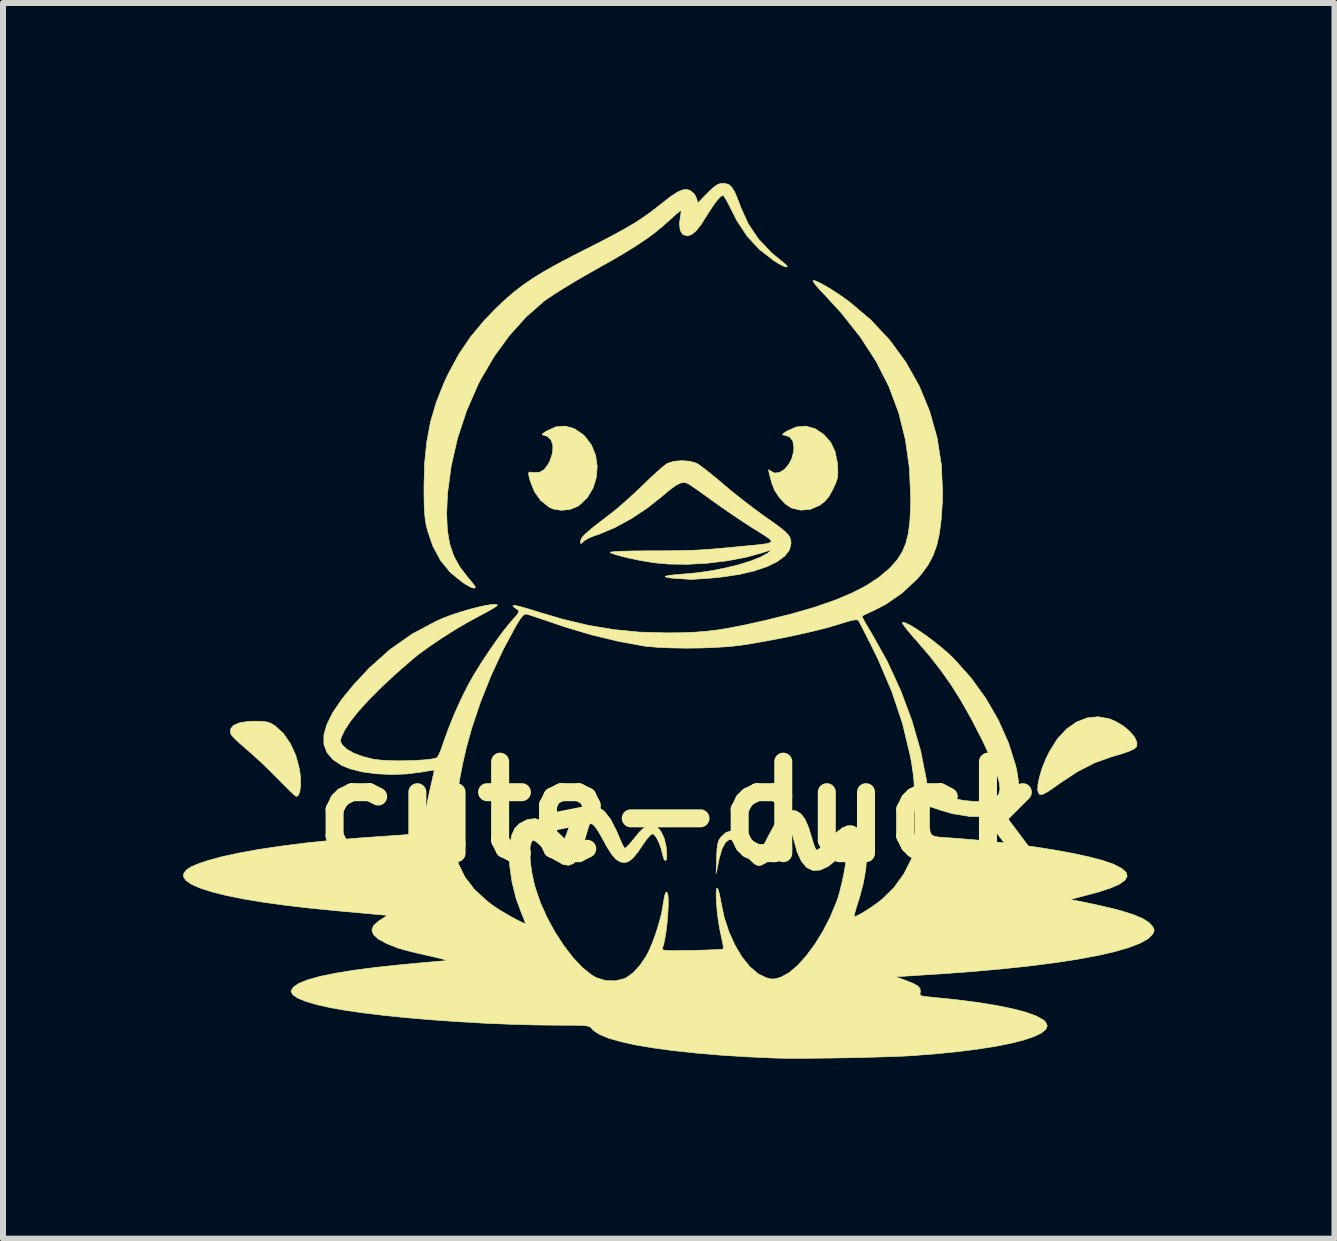
<source format=kicad_pcb>
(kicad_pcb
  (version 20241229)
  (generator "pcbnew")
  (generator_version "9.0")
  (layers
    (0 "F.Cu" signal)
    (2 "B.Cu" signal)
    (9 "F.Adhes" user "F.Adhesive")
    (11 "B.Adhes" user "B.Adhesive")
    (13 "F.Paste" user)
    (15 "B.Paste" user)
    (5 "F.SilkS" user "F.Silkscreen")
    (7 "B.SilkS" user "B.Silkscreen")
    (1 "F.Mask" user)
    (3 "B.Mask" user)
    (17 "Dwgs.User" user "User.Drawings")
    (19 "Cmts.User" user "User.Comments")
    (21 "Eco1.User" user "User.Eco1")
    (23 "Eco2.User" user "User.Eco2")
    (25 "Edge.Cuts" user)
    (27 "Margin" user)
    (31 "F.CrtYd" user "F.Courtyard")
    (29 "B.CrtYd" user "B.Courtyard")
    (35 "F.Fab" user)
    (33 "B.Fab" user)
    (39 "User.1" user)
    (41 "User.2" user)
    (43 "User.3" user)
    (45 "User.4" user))
  (footprint "cute-duck"
    (layer "F.Cu")
    (at 8.258 10.475)
    (property "Reference" "cute-duck" (at 0 0 0) (layer "F.SilkS") (effects (font (size 1.524 1.524) (thickness 0.3))))
    (attr through_hole)
    (fp_poly (pts (xy 7.176 -1.549) (xy 7.276 -1.507) (xy 7.41 -1.427) (xy 7.519 -1.336) (xy 7.597 -1.241) (xy 7.635 -1.153) (xy 7.631 -1.088) (xy 7.596 -1.053) (xy 7.515 -1.013) (xy 7.384 -0.967) (xy 7.211 -0.916) (xy 6.932 -0.817) (xy 6.644 -0.669) (xy 6.363 -0.484) (xy 6.234 -0.393) (xy 6.143 -0.332) (xy 6.081 -0.298) (xy 6.04 -0.286) (xy 6.013 -0.292) (xy 6.002 -0.301) (xy 5.981 -0.358) (xy 5.985 -0.454) (xy 6.011 -0.58) (xy 6.056 -0.727) (xy 6.118 -0.882) (xy 6.176 -1.002) (xy 6.307 -1.211) (xy 6.459 -1.376) (xy 6.626 -1.494) (xy 6.805 -1.564) (xy 6.989 -1.583) (xy 7.176 -1.549)) (stroke (width 0.01) (type solid)) (fill yes) (layer "F.SilkS"))
    (fp_poly (pts (xy -6.935 -1.506) (xy -6.854 -1.495) (xy -6.79 -1.471) (xy -6.722 -1.429) (xy -6.721 -1.428) (xy -6.585 -1.303) (xy -6.469 -1.134) (xy -6.378 -0.935) (xy -6.32 -0.715) (xy -6.301 -0.577) (xy -6.299 -0.443) (xy -6.312 -0.339) (xy -6.339 -0.273) (xy -6.372 -0.255) (xy -6.398 -0.274) (xy -6.455 -0.327) (xy -6.536 -0.406) (xy -6.634 -0.505) (xy -6.675 -0.546) (xy -6.804 -0.676) (xy -6.946 -0.813) (xy -7.086 -0.941) (xy -7.203 -1.044) (xy -7.303 -1.131) (xy -7.387 -1.209) (xy -7.444 -1.269) (xy -7.465 -1.299) (xy -7.467 -1.379) (xy -7.416 -1.44) (xy -7.315 -1.483) (xy -7.167 -1.506) (xy -7.052 -1.509) (xy -6.935 -1.506)) (stroke (width 0.01) (type solid)) (fill yes) (layer "F.SilkS"))
    (fp_poly (pts (xy -1.741 -6.384) (xy -1.596 -6.286) (xy -1.562 -6.254) (xy -1.452 -6.107) (xy -1.384 -5.937) (xy -1.358 -5.754) (xy -1.373 -5.57) (xy -1.427 -5.394) (xy -1.52 -5.238) (xy -1.65 -5.113) (xy -1.688 -5.087) (xy -1.812 -5.038) (xy -1.952 -5.023) (xy -2.086 -5.043) (xy -2.159 -5.075) (xy -2.3 -5.188) (xy -2.404 -5.334) (xy -2.477 -5.521) (xy -2.495 -5.593) (xy -2.503 -5.643) (xy -2.485 -5.66) (xy -2.427 -5.655) (xy -2.412 -5.653) (xy -2.318 -5.656) (xy -2.24 -5.702) (xy -2.171 -5.797) (xy -2.142 -5.856) (xy -2.1 -5.985) (xy -2.096 -6.101) (xy -2.126 -6.195) (xy -2.188 -6.255) (xy -2.237 -6.271) (xy -2.272 -6.28) (xy -2.269 -6.297) (xy -2.224 -6.329) (xy -2.201 -6.344) (xy -2.047 -6.413) (xy -1.892 -6.426) (xy -1.741 -6.384)) (stroke (width 0.01) (type solid)) (fill yes) (layer "F.SilkS"))
    (fp_poly (pts (xy 2.271 -6.383) (xy 2.415 -6.288) (xy 2.53 -6.159) (xy 2.604 -6.005) (xy 2.643 -5.815) (xy 2.647 -5.764) (xy 2.652 -5.65) (xy 2.645 -5.566) (xy 2.621 -5.487) (xy 2.575 -5.386) (xy 2.569 -5.374) (xy 2.504 -5.256) (xy 2.437 -5.174) (xy 2.353 -5.109) (xy 2.348 -5.106) (xy 2.195 -5.04) (xy 2.034 -5.025) (xy 1.878 -5.062) (xy 1.875 -5.063) (xy 1.776 -5.13) (xy 1.679 -5.232) (xy 1.599 -5.354) (xy 1.553 -5.469) (xy 1.522 -5.586) (xy 1.504 -5.658) (xy 1.498 -5.693) (xy 1.503 -5.7) (xy 1.517 -5.689) (xy 1.526 -5.68) (xy 1.599 -5.643) (xy 1.679 -5.653) (xy 1.758 -5.701) (xy 1.829 -5.781) (xy 1.884 -5.884) (xy 1.915 -6.003) (xy 1.919 -6.064) (xy 1.902 -6.176) (xy 1.849 -6.245) (xy 1.778 -6.271) (xy 1.736 -6.279) (xy 1.733 -6.293) (xy 1.772 -6.322) (xy 1.806 -6.344) (xy 1.961 -6.412) (xy 2.118 -6.425) (xy 2.271 -6.383)) (stroke (width 0.01) (type solid)) (fill yes) (layer "F.SilkS"))
    (fp_poly (pts (xy 0.782 -10.466) (xy 0.838 -10.447) (xy 0.884 -10.405) (xy 0.929 -10.333) (xy 0.977 -10.223) (xy 1.034 -10.07) (xy 1.16 -9.792) (xy 1.329 -9.542) (xy 1.546 -9.313) (xy 1.722 -9.168) (xy 1.787 -9.113) (xy 1.809 -9.082) (xy 1.791 -9.076) (xy 1.741 -9.094) (xy 1.663 -9.134) (xy 1.585 -9.183) (xy 1.342 -9.372) (xy 1.14 -9.59) (xy 0.971 -9.847) (xy 0.904 -9.977) (xy 0.847 -10.093) (xy 0.796 -10.188) (xy 0.757 -10.251) (xy 0.737 -10.273) (xy 0.697 -10.249) (xy 0.636 -10.183) (xy 0.562 -10.081) (xy 0.478 -9.952) (xy 0.464 -9.928) (xy 0.369 -9.779) (xy 0.288 -9.677) (xy 0.216 -9.618) (xy 0.149 -9.596) (xy 0.139 -9.596) (xy 0.067 -9.619) (xy 0.025 -9.688) (xy 0.013 -9.795) (xy 0.024 -9.885) (xy 0.036 -9.962) (xy 0.039 -10.011) (xy 0.035 -10.019) (xy 0.01 -10.001) (xy -0.046 -9.954) (xy -0.122 -9.885) (xy -0.149 -9.861) (xy -0.275 -9.749) (xy -0.404 -9.644) (xy -0.544 -9.541) (xy -0.703 -9.435) (xy -0.888 -9.319) (xy -1.109 -9.19) (xy -1.369 -9.044) (xy -1.559 -8.936) (xy -1.746 -8.827) (xy -1.92 -8.721) (xy -2.071 -8.626) (xy -2.189 -8.547) (xy -2.248 -8.505) (xy -2.544 -8.244) (xy -2.822 -7.935) (xy -3.076 -7.585) (xy -3.301 -7.201) (xy -3.34 -7.125) (xy -3.532 -6.687) (xy -3.684 -6.228) (xy -3.791 -5.761) (xy -3.853 -5.296) (xy -3.866 -4.966) (xy -3.855 -4.696) (xy -3.817 -4.466) (xy -3.749 -4.264) (xy -3.647 -4.078) (xy -3.507 -3.896) (xy -3.5 -3.888) (xy -3.44 -3.817) (xy -3.399 -3.764) (xy -3.387 -3.742) (xy -3.407 -3.725) (xy -3.466 -3.742) (xy -3.558 -3.794) (xy -3.601 -3.822) (xy -3.805 -3.988) (xy -3.969 -4.189) (xy -4.097 -4.429) (xy -4.183 -4.681) (xy -4.206 -4.772) (xy -4.222 -4.863) (xy -4.233 -4.967) (xy -4.24 -5.095) (xy -4.243 -5.259) (xy -4.244 -5.405) (xy -4.234 -5.803) (xy -4.198 -6.162) (xy -4.135 -6.496) (xy -4.041 -6.817) (xy -3.914 -7.137) (xy -3.84 -7.297) (xy -3.665 -7.62) (xy -3.467 -7.913) (xy -3.234 -8.192) (xy -3.05 -8.382) (xy -2.9 -8.525) (xy -2.752 -8.653) (xy -2.598 -8.772) (xy -2.431 -8.887) (xy -2.242 -9.003) (xy -2.022 -9.126) (xy -1.764 -9.262) (xy -1.568 -9.362) (xy -1.306 -9.494) (xy -1.087 -9.609) (xy -0.903 -9.71) (xy -0.744 -9.803) (xy -0.604 -9.894) (xy -0.472 -9.987) (xy -0.341 -10.088) (xy -0.268 -10.146) (xy -0.129 -10.254) (xy -0.021 -10.325) (xy 0.064 -10.361) (xy 0.134 -10.368) (xy 0.192 -10.351) (xy 0.261 -10.292) (xy 0.294 -10.229) (xy 0.319 -10.143) (xy 0.478 -10.307) (xy 0.577 -10.401) (xy 0.652 -10.454) (xy 0.711 -10.47) (xy 0.712 -10.47) (xy 0.782 -10.466)) (stroke (width 0.01) (type solid)) (fill yes) (layer "F.SilkS"))
    (fp_poly (pts (xy 0.189 -5.839) (xy 0.299 -5.806) (xy 0.304 -5.803) (xy 0.357 -5.768) (xy 0.443 -5.704) (xy 0.551 -5.617) (xy 0.673 -5.517) (xy 0.742 -5.458) (xy 0.895 -5.33) (xy 1.07 -5.191) (xy 1.246 -5.056) (xy 1.404 -4.941) (xy 1.427 -4.924) (xy 1.581 -4.816) (xy 1.695 -4.732) (xy 1.774 -4.667) (xy 1.825 -4.614) (xy 1.854 -4.568) (xy 1.867 -4.521) (xy 1.871 -4.475) (xy 1.847 -4.366) (xy 1.77 -4.264) (xy 1.645 -4.17) (xy 1.474 -4.086) (xy 1.263 -4.014) (xy 1.015 -3.956) (xy 0.733 -3.913) (xy 0.553 -3.895) (xy 0.416 -3.885) (xy 0.299 -3.877) (xy 0.215 -3.872) (xy 0.174 -3.872) (xy 0.172 -3.872) (xy 0.137 -3.876) (xy 0.062 -3.882) (xy -0.035 -3.887) (xy -0.131 -3.895) (xy -0.199 -3.907) (xy -0.226 -3.92) (xy -0.226 -3.92) (xy -0.199 -3.931) (xy -0.128 -3.942) (xy -0.023 -3.953) (xy 0.092 -3.962) (xy 0.321 -3.983) (xy 0.557 -4.018) (xy 0.789 -4.064) (xy 1.008 -4.118) (xy 1.203 -4.179) (xy 1.364 -4.243) (xy 1.48 -4.307) (xy 1.496 -4.319) (xy 1.531 -4.348) (xy 1.537 -4.359) (xy 1.505 -4.353) (xy 1.429 -4.328) (xy 1.397 -4.317) (xy 1.123 -4.241) (xy 0.811 -4.182) (xy 0.482 -4.142) (xy 0.151 -4.123) (xy -0.163 -4.127) (xy -0.381 -4.146) (xy -0.522 -4.167) (xy -0.672 -4.194) (xy -0.819 -4.225) (xy -0.952 -4.257) (xy -1.058 -4.286) (xy -1.126 -4.311) (xy -1.142 -4.321) (xy -1.123 -4.329) (xy -1.053 -4.335) (xy -0.937 -4.341) (xy -0.78 -4.345) (xy -0.588 -4.347) (xy -0.478 -4.348) (xy -0.239 -4.348) (xy -0.043 -4.35) (xy 0.122 -4.353) (xy 0.269 -4.358) (xy 0.411 -4.366) (xy 0.561 -4.377) (xy 0.731 -4.392) (xy 0.935 -4.411) (xy 1.016 -4.419) (xy 1.222 -4.438) (xy 1.375 -4.454) (xy 1.478 -4.469) (xy 1.533 -4.488) (xy 1.542 -4.514) (xy 1.51 -4.55) (xy 1.437 -4.6) (xy 1.328 -4.669) (xy 1.242 -4.722) (xy 1.076 -4.829) (xy 0.892 -4.952) (xy 0.711 -5.077) (xy 0.555 -5.188) (xy 0.548 -5.193) (xy 0.425 -5.282) (xy 0.313 -5.362) (xy 0.223 -5.424) (xy 0.165 -5.462) (xy 0.155 -5.468) (xy 0.1 -5.487) (xy 0.039 -5.481) (xy -0.036 -5.446) (xy -0.132 -5.378) (xy -0.259 -5.273) (xy -0.271 -5.262) (xy -0.522 -5.062) (xy -0.791 -4.884) (xy -1.062 -4.736) (xy -1.322 -4.626) (xy -1.408 -4.598) (xy -1.496 -4.562) (xy -1.571 -4.518) (xy -1.582 -4.508) (xy -1.624 -4.471) (xy -1.637 -4.475) (xy -1.632 -4.518) (xy -1.624 -4.546) (xy -1.602 -4.58) (xy -1.562 -4.622) (xy -1.498 -4.679) (xy -1.406 -4.755) (xy -1.278 -4.854) (xy -1.113 -4.981) (xy -1.009 -5.065) (xy -0.881 -5.177) (xy -0.742 -5.302) (xy -0.609 -5.429) (xy -0.581 -5.456) (xy -0.467 -5.566) (xy -0.36 -5.665) (xy -0.269 -5.744) (xy -0.204 -5.795) (xy -0.185 -5.806) (xy -0.079 -5.839) (xy 0.055 -5.85) (xy 0.189 -5.839)) (stroke (width 0.01) (type solid)) (fill yes) (layer "F.SilkS"))
    (fp_poly (pts (xy 2.271 -8.847) (xy 2.342 -8.817) (xy 2.44 -8.763) (xy 2.557 -8.693) (xy 2.684 -8.61) (xy 2.81 -8.521) (xy 2.841 -8.498) (xy 3.201 -8.194) (xy 3.516 -7.857) (xy 3.785 -7.489) (xy 4.007 -7.094) (xy 4.181 -6.673) (xy 4.305 -6.232) (xy 4.377 -5.771) (xy 4.397 -5.294) (xy 4.392 -5.152) (xy 4.373 -4.871) (xy 4.343 -4.636) (xy 4.299 -4.438) (xy 4.237 -4.267) (xy 4.154 -4.113) (xy 4.047 -3.966) (xy 3.97 -3.878) (xy 3.722 -3.645) (xy 3.445 -3.454) (xy 3.258 -3.358) (xy 3.164 -3.315) (xy 3.091 -3.28) (xy 3.055 -3.261) (xy 3.053 -3.26) (xy 3.063 -3.233) (xy 3.097 -3.169) (xy 3.151 -3.076) (xy 3.214 -2.972) (xy 3.473 -2.509) (xy 3.698 -2.021) (xy 3.885 -1.519) (xy 4.03 -1.017) (xy 4.122 -0.558) (xy 4.156 -0.341) (xy 4.286 -0.299) (xy 4.532 -0.23) (xy 4.755 -0.187) (xy 4.95 -0.17) (xy 5.113 -0.179) (xy 5.239 -0.215) (xy 5.32 -0.276) (xy 5.335 -0.299) (xy 5.353 -0.38) (xy 5.338 -0.501) (xy 5.291 -0.662) (xy 5.211 -0.865) (xy 5.097 -1.112) (xy 5.055 -1.199) (xy 4.882 -1.536) (xy 4.717 -1.83) (xy 4.551 -2.097) (xy 4.375 -2.347) (xy 4.182 -2.595) (xy 3.962 -2.852) (xy 3.925 -2.893) (xy 3.84 -2.991) (xy 3.775 -3.073) (xy 3.734 -3.131) (xy 3.726 -3.156) (xy 3.726 -3.156) (xy 3.774 -3.148) (xy 3.856 -3.109) (xy 3.963 -3.044) (xy 4.088 -2.959) (xy 4.221 -2.861) (xy 4.354 -2.756) (xy 4.48 -2.649) (xy 4.583 -2.551) (xy 4.865 -2.237) (xy 5.114 -1.893) (xy 5.325 -1.528) (xy 5.493 -1.152) (xy 5.612 -0.775) (xy 5.631 -0.696) (xy 5.663 -0.492) (xy 5.659 -0.325) (xy 5.62 -0.189) (xy 5.586 -0.129) (xy 5.511 -0.041) (xy 5.421 0.019) (xy 5.302 0.057) (xy 5.144 0.079) (xy 4.855 0.079) (xy 4.555 0.03) (xy 4.363 -0.027) (xy 4.274 -0.057) (xy 4.21 -0.078) (xy 4.185 -0.085) (xy 4.181 -0.059) (xy 4.178 0.011) (xy 4.178 0.111) (xy 4.179 0.155) (xy 4.181 0.261) (xy 4.188 0.333) (xy 4.208 0.379) (xy 4.251 0.406) (xy 4.326 0.421) (xy 4.442 0.43) (xy 4.544 0.437) (xy 4.907 0.465) (xy 5.269 0.501) (xy 5.624 0.543) (xy 5.965 0.59) (xy 6.284 0.641) (xy 6.577 0.695) (xy 6.834 0.751) (xy 7.05 0.807) (xy 7.219 0.864) (xy 7.252 0.877) (xy 7.38 0.944) (xy 7.454 1.009) (xy 7.472 1.074) (xy 7.436 1.139) (xy 7.344 1.205) (xy 7.196 1.27) (xy 6.993 1.337) (xy 6.821 1.383) (xy 6.699 1.415) (xy 6.603 1.441) (xy 6.541 1.459) (xy 6.525 1.465) (xy 6.602 1.477) (xy 6.718 1.499) (xy 6.861 1.529) (xy 7.014 1.562) (xy 7.163 1.597) (xy 7.294 1.629) (xy 7.383 1.653) (xy 7.582 1.716) (xy 7.729 1.779) (xy 7.831 1.842) (xy 7.891 1.905) (xy 7.921 1.961) (xy 7.915 2.005) (xy 7.892 2.044) (xy 7.815 2.118) (xy 7.683 2.191) (xy 7.499 2.262) (xy 7.264 2.33) (xy 6.981 2.395) (xy 6.651 2.456) (xy 6.277 2.514) (xy 5.861 2.567) (xy 5.404 2.616) (xy 4.908 2.661) (xy 4.376 2.7) (xy 4.354 2.701) (xy 3.614 2.749) (xy 3.782 2.81) (xy 3.907 2.86) (xy 3.984 2.903) (xy 4.021 2.946) (xy 4.026 2.995) (xy 4.024 3.008) (xy 4.019 3.04) (xy 4.033 3.061) (xy 4.077 3.074) (xy 4.162 3.084) (xy 4.212 3.089) (xy 4.616 3.13) (xy 4.977 3.176) (xy 5.293 3.227) (xy 5.563 3.282) (xy 5.785 3.34) (xy 5.955 3.402) (xy 6.072 3.466) (xy 6.111 3.501) (xy 6.14 3.564) (xy 6.116 3.626) (xy 6.039 3.688) (xy 5.914 3.747) (xy 5.742 3.805) (xy 5.526 3.859) (xy 5.268 3.91) (xy 4.971 3.956) (xy 4.637 3.998) (xy 4.269 4.034) (xy 3.909 4.062) (xy 3.752 4.071) (xy 3.552 4.079) (xy 3.32 4.086) (xy 3.066 4.093) (xy 2.8 4.099) (xy 2.533 4.103) (xy 2.276 4.106) (xy 2.038 4.108) (xy 1.83 4.108) (xy 1.662 4.105) (xy 1.595 4.103) (xy 1.125 4.082) (xy 0.686 4.054) (xy 0.279 4.019) (xy -0.093 3.979) (xy -0.426 3.934) (xy -0.717 3.885) (xy -0.965 3.83) (xy -1.166 3.773) (xy -1.316 3.711) (xy -1.415 3.647) (xy -1.436 3.625) (xy -1.457 3.6) (xy -1.481 3.582) (xy -1.517 3.57) (xy -1.573 3.562) (xy -1.658 3.558) (xy -1.781 3.556) (xy -1.95 3.556) (xy -1.98 3.556) (xy -2.386 3.552) (xy -2.81 3.54) (xy -3.244 3.522) (xy -3.679 3.497) (xy -4.107 3.467) (xy -4.519 3.432) (xy -4.907 3.393) (xy -5.264 3.35) (xy -5.579 3.304) (xy -5.818 3.261) (xy -6.039 3.211) (xy -6.216 3.158) (xy -6.347 3.104) (xy -6.429 3.049) (xy -6.458 2.995) (xy -6.458 2.987) (xy -6.421 2.922) (xy -6.329 2.86) (xy -6.183 2.801) (xy -5.981 2.744) (xy -5.724 2.691) (xy -5.411 2.64) (xy -5.042 2.592) (xy -4.617 2.547) (xy -4.531 2.539) (xy -4.35 2.522) (xy -4.185 2.507) (xy -4.044 2.495) (xy -3.938 2.486) (xy -3.876 2.481) (xy -3.868 2.481) (xy -3.867 2.475) (xy -3.913 2.459) (xy -4 2.437) (xy -4.119 2.409) (xy -4.163 2.399) (xy -4.315 2.365) (xy -4.46 2.33) (xy -4.583 2.298) (xy -4.668 2.272) (xy -4.671 2.272) (xy -4.865 2.196) (xy -5.003 2.121) (xy -5.085 2.046) (xy -5.112 1.972) (xy -5.084 1.897) (xy -5 1.822) (xy -4.98 1.808) (xy -4.851 1.726) (xy -5.029 1.71) (xy -5.118 1.702) (xy -5.249 1.69) (xy -5.408 1.675) (xy -5.583 1.66) (xy -5.701 1.649) (xy -6.148 1.605) (xy -6.558 1.557) (xy -6.928 1.506) (xy -7.257 1.451) (xy -7.543 1.393) (xy -7.783 1.333) (xy -7.976 1.27) (xy -8.12 1.207) (xy -8.213 1.142) (xy -8.253 1.077) (xy -8.244 1.022) (xy -8.203 0.97) (xy -8.133 0.922) (xy -8.027 0.875) (xy -7.873 0.822) (xy -7.873 0.821) (xy -7.632 0.754) (xy -7.341 0.69) (xy -7.005 0.629) (xy -6.631 0.573) (xy -6.225 0.521) (xy -5.793 0.476) (xy -5.34 0.438) (xy -5.136 0.424) (xy -4.966 0.412) (xy -4.793 0.4) (xy -4.635 0.389) (xy -4.513 0.379) (xy -4.499 0.378) (xy -4.271 0.359) (xy -4.269 0.341) (xy -3.754 0.341) (xy -3.733 0.619) (xy -3.67 0.866) (xy -3.561 1.09) (xy -3.403 1.295) (xy -3.193 1.488) (xy -3.09 1.566) (xy -3.007 1.622) (xy -2.904 1.684) (xy -2.796 1.747) (xy -2.694 1.802) (xy -2.611 1.843) (xy -2.562 1.862) (xy -2.556 1.863) (xy -2.56 1.839) (xy -2.582 1.778) (xy -2.615 1.7) (xy -2.708 1.448) (xy -2.777 1.172) (xy -2.816 0.898) (xy -2.822 0.745) (xy -2.813 0.544) (xy -2.783 0.391) (xy -2.731 0.278) (xy -2.655 0.199) (xy -2.655 0.199) (xy -2.524 0.13) (xy -2.394 0.114) (xy -2.262 0.152) (xy -2.122 0.243) (xy -2.06 0.299) (xy -1.899 0.453) (xy -1.834 0.276) (xy -1.782 0.142) (xy -1.735 0.051) (xy -1.684 -0.011) (xy -1.621 -0.055) (xy -1.59 -0.071) (xy -1.465 -0.105) (xy -1.348 -0.083) (xy -1.238 -0.007) (xy -1.135 0.125) (xy -1.038 0.313) (xy -1.018 0.361) (xy -0.974 0.466) (xy -0.935 0.55) (xy -0.908 0.6) (xy -0.902 0.608) (xy -0.875 0.594) (xy -0.825 0.544) (xy -0.761 0.469) (xy -0.748 0.452) (xy -0.659 0.343) (xy -0.588 0.274) (xy -0.524 0.238) (xy -0.455 0.226) (xy -0.444 0.226) (xy -0.365 0.252) (xy -0.297 0.326) (xy -0.243 0.439) (xy -0.209 0.583) (xy -0.198 0.738) (xy -0.206 0.802) (xy -0.225 0.815) (xy -0.249 0.78) (xy -0.267 0.713) (xy -0.295 0.603) (xy -0.334 0.501) (xy -0.377 0.42) (xy -0.419 0.373) (xy -0.436 0.367) (xy -0.472 0.389) (xy -0.525 0.447) (xy -0.584 0.529) (xy -0.68 0.67) (xy -0.758 0.766) (xy -0.825 0.822) (xy -0.885 0.845) (xy -0.905 0.847) (xy -0.977 0.834) (xy -1.045 0.791) (xy -1.115 0.711) (xy -1.193 0.589) (xy -1.252 0.481) (xy -1.332 0.338) (xy -1.395 0.245) (xy -1.444 0.2) (xy -1.48 0.201) (xy -1.484 0.205) (xy -1.497 0.236) (xy -1.52 0.31) (xy -1.55 0.413) (xy -1.569 0.483) (xy -1.625 0.662) (xy -1.686 0.788) (xy -1.755 0.863) (xy -1.834 0.892) (xy -1.926 0.878) (xy -1.933 0.875) (xy -1.987 0.843) (xy -2.067 0.781) (xy -2.16 0.699) (xy -2.217 0.646) (xy -2.31 0.556) (xy -2.371 0.502) (xy -2.409 0.477) (xy -2.432 0.477) (xy -2.449 0.497) (xy -2.457 0.511) (xy -2.476 0.586) (xy -2.48 0.703) (xy -2.47 0.849) (xy -2.447 1.012) (xy -2.412 1.18) (xy -2.386 1.278) (xy -2.301 1.523) (xy -2.19 1.769) (xy -2.06 2.007) (xy -1.915 2.23) (xy -1.763 2.428) (xy -1.608 2.593) (xy -1.456 2.716) (xy -1.376 2.763) (xy -1.22 2.812) (xy -1.054 2.817) (xy -0.9 2.778) (xy -0.876 2.766) (xy -0.761 2.684) (xy -0.645 2.558) (xy -0.539 2.401) (xy -0.501 2.328) (xy -0.445 2.2) (xy -0.386 2.041) (xy -0.333 1.872) (xy -0.291 1.715) (xy -0.27 1.609) (xy -0.249 1.477) (xy -0.233 1.394) (xy -0.218 1.351) (xy -0.203 1.339) (xy -0.195 1.342) (xy -0.181 1.38) (xy -0.174 1.461) (xy -0.175 1.576) (xy -0.182 1.711) (xy -0.194 1.855) (xy -0.211 1.996) (xy -0.232 2.124) (xy -0.255 2.225) (xy -0.269 2.267) (xy -0.274 2.286) (xy -0.266 2.299) (xy -0.238 2.307) (xy -0.183 2.312) (xy -0.094 2.314) (xy 0.037 2.313) (xy 0.218 2.31) (xy 0.22 2.31) (xy 0.383 2.306) (xy 0.527 2.301) (xy 0.641 2.296) (xy 0.716 2.291) (xy 0.743 2.286) (xy 0.744 2.254) (xy 0.732 2.181) (xy 0.711 2.081) (xy 0.703 2.046) (xy 0.679 1.93) (xy 0.658 1.798) (xy 0.641 1.66) (xy 0.63 1.528) (xy 0.624 1.412) (xy 0.625 1.324) (xy 0.633 1.276) (xy 0.64 1.27) (xy 0.657 1.296) (xy 0.677 1.365) (xy 0.697 1.463) (xy 0.703 1.499) (xy 0.757 1.757) (xy 0.837 2.002) (xy 0.938 2.225) (xy 1.055 2.421) (xy 1.186 2.582) (xy 1.324 2.7) (xy 1.464 2.768) (xy 1.544 2.786) (xy 1.614 2.783) (xy 1.703 2.755) (xy 1.713 2.751) (xy 1.845 2.677) (xy 1.986 2.556) (xy 2.129 2.396) (xy 2.271 2.204) (xy 2.404 1.988) (xy 2.523 1.756) (xy 2.624 1.516) (xy 2.647 1.453) (xy 2.683 1.331) (xy 2.719 1.185) (xy 2.752 1.031) (xy 2.777 0.887) (xy 2.792 0.771) (xy 2.794 0.726) (xy 2.794 0.641) (xy 2.629 0.798) (xy 2.486 0.913) (xy 2.354 0.972) (xy 2.237 0.978) (xy 2.133 0.929) (xy 2.045 0.826) (xy 1.974 0.671) (xy 1.932 0.519) (xy 1.905 0.418) (xy 1.879 0.347) (xy 1.858 0.318) (xy 1.855 0.318) (xy 1.828 0.345) (xy 1.781 0.41) (xy 1.721 0.502) (xy 1.681 0.566) (xy 1.593 0.702) (xy 1.519 0.794) (xy 1.449 0.851) (xy 1.436 0.859) (xy 1.368 0.892) (xy 1.323 0.898) (xy 1.278 0.877) (xy 1.259 0.865) (xy 1.206 0.816) (xy 1.14 0.736) (xy 1.079 0.647) (xy 0.992 0.53) (xy 0.912 0.469) (xy 0.84 0.463) (xy 0.777 0.513) (xy 0.721 0.618) (xy 0.675 0.778) (xy 0.667 0.816) (xy 0.624 1.03) (xy 0.631 0.769) (xy 0.637 0.634) (xy 0.648 0.542) (xy 0.668 0.478) (xy 0.696 0.43) (xy 0.785 0.346) (xy 0.883 0.317) (xy 0.988 0.342) (xy 1.098 0.421) (xy 1.192 0.528) (xy 1.254 0.603) (xy 1.306 0.654) (xy 1.338 0.67) (xy 1.362 0.642) (xy 1.404 0.574) (xy 1.457 0.477) (xy 1.498 0.396) (xy 1.594 0.221) (xy 1.687 0.09) (xy 1.774 0.006) (xy 1.852 -0.028) (xy 1.861 -0.028) (xy 1.957 -0.014) (xy 2.036 0.034) (xy 2.103 0.122) (xy 2.161 0.254) (xy 2.216 0.431) (xy 2.245 0.529) (xy 2.273 0.604) (xy 2.294 0.64) (xy 2.294 0.64) (xy 2.324 0.628) (xy 2.382 0.583) (xy 2.459 0.511) (xy 2.513 0.457) (xy 2.632 0.34) (xy 2.729 0.267) (xy 2.813 0.232) (xy 2.892 0.233) (xy 2.929 0.243) (xy 3.018 0.303) (xy 3.082 0.409) (xy 3.12 0.555) (xy 3.132 0.736) (xy 3.118 0.946) (xy 3.078 1.181) (xy 3.011 1.435) (xy 2.991 1.496) (xy 2.958 1.603) (xy 2.933 1.688) (xy 2.922 1.738) (xy 2.922 1.746) (xy 2.953 1.741) (xy 3.019 1.709) (xy 3.107 1.657) (xy 3.208 1.591) (xy 3.31 1.519) (xy 3.396 1.452) (xy 3.587 1.263) (xy 3.75 1.037) (xy 3.872 0.797) (xy 3.894 0.739) (xy 3.91 0.685) (xy 3.921 0.623) (xy 3.929 0.546) (xy 3.933 0.444) (xy 3.935 0.307) (xy 3.934 0.127) (xy 3.934 0.042) (xy 3.932 -0.172) (xy 3.928 -0.344) (xy 3.921 -0.486) (xy 3.909 -0.613) (xy 3.892 -0.738) (xy 3.869 -0.874) (xy 3.855 -0.945) (xy 3.729 -1.471) (xy 3.551 -2.003) (xy 3.324 -2.535) (xy 3.26 -2.667) (xy 3.184 -2.82) (xy 3.115 -2.956) (xy 3.058 -3.069) (xy 3.017 -3.147) (xy 2.996 -3.184) (xy 2.996 -3.185) (xy 2.975 -3.198) (xy 2.933 -3.198) (xy 2.861 -3.183) (xy 2.751 -3.151) (xy 2.656 -3.121) (xy 2.479 -3.069) (xy 2.259 -3.013) (xy 2.006 -2.955) (xy 1.734 -2.898) (xy 1.455 -2.845) (xy 1.181 -2.797) (xy 1.044 -2.776) (xy 0.855 -2.754) (xy 0.629 -2.739) (xy 0.381 -2.729) (xy 0.126 -2.726) (xy -0.121 -2.73) (xy -0.346 -2.74) (xy -0.534 -2.756) (xy -0.579 -2.762) (xy -1.004 -2.84) (xy -1.449 -2.947) (xy -1.89 -3.078) (xy -2.018 -3.121) (xy -2.172 -3.174) (xy -2.31 -3.221) (xy -2.424 -3.259) (xy -2.501 -3.284) (xy -2.529 -3.292) (xy -2.562 -3.292) (xy -2.596 -3.269) (xy -2.639 -3.214) (xy -2.698 -3.12) (xy -2.718 -3.086) (xy -2.928 -2.696) (xy -3.125 -2.272) (xy -3.301 -1.832) (xy -3.448 -1.395) (xy -3.539 -1.068) (xy -3.599 -0.803) (xy -3.652 -0.531) (xy -3.696 -0.266) (xy -3.728 -0.019) (xy -3.748 0.197) (xy -3.754 0.341) (xy -4.269 0.341) (xy -4.237 0.116) (xy -4.214 -0.026) (xy -4.182 -0.193) (xy -4.147 -0.357) (xy -4.135 -0.409) (xy -4.108 -0.527) (xy -4.087 -0.621) (xy -4.075 -0.68) (xy -4.073 -0.695) (xy -4.101 -0.692) (xy -4.171 -0.681) (xy -4.268 -0.665) (xy -4.29 -0.661) (xy -4.534 -0.63) (xy -4.786 -0.621) (xy -5.035 -0.633) (xy -5.267 -0.664) (xy -5.469 -0.714) (xy -5.614 -0.772) (xy -5.761 -0.871) (xy -5.86 -0.987) (xy -5.911 -1.121) (xy -5.912 -1.276) (xy -5.864 -1.45) (xy -5.767 -1.646) (xy -5.62 -1.865) (xy -5.424 -2.106) (xy -5.177 -2.372) (xy -5.156 -2.394) (xy -4.814 -2.7) (xy -4.441 -2.962) (xy -4.04 -3.175) (xy -3.922 -3.227) (xy -3.785 -3.279) (xy -3.636 -3.328) (xy -3.485 -3.373) (xy -3.341 -3.41) (xy -3.213 -3.438) (xy -3.11 -3.454) (xy -3.043 -3.456) (xy -3.02 -3.442) (xy -3.043 -3.421) (xy -3.108 -3.38) (xy -3.204 -3.325) (xy -3.322 -3.263) (xy -3.332 -3.257) (xy -3.528 -3.151) (xy -3.741 -3.025) (xy -3.956 -2.888) (xy -4.16 -2.75) (xy -4.337 -2.621) (xy -4.431 -2.545) (xy -4.701 -2.31) (xy -4.944 -2.085) (xy -5.155 -1.874) (xy -5.331 -1.681) (xy -5.468 -1.51) (xy -5.563 -1.364) (xy -5.578 -1.335) (xy -5.618 -1.25) (xy -5.634 -1.196) (xy -5.629 -1.157) (xy -5.604 -1.113) (xy -5.603 -1.112) (xy -5.532 -1.044) (xy -5.417 -0.978) (xy -5.269 -0.922) (xy -5.101 -0.879) (xy -5.068 -0.873) (xy -4.958 -0.86) (xy -4.82 -0.852) (xy -4.666 -0.849) (xy -4.506 -0.851) (xy -4.352 -0.857) (xy -4.216 -0.867) (xy -4.108 -0.88) (xy -4.039 -0.897) (xy -4.023 -0.906) (xy -3.996 -0.951) (xy -3.961 -1.034) (xy -3.925 -1.136) (xy -3.923 -1.143) (xy -3.842 -1.37) (xy -3.741 -1.621) (xy -3.628 -1.872) (xy -3.514 -2.101) (xy -3.506 -2.117) (xy -3.411 -2.284) (xy -3.296 -2.47) (xy -3.169 -2.662) (xy -3.041 -2.848) (xy -2.919 -3.014) (xy -2.813 -3.146) (xy -2.79 -3.172) (xy -2.716 -3.255) (xy -2.676 -3.307) (xy -2.664 -3.339) (xy -2.676 -3.361) (xy -2.703 -3.38) (xy -2.754 -3.419) (xy -2.76 -3.438) (xy -2.719 -3.437) (xy -2.63 -3.416) (xy -2.491 -3.376) (xy -2.391 -3.344) (xy -1.93 -3.207) (xy -1.498 -3.105) (xy -1.079 -3.035) (xy -0.659 -2.994) (xy -0.224 -2.981) (xy -0.198 -2.981) (xy 0.042 -2.983) (xy 0.254 -2.991) (xy 0.451 -3.006) (xy 0.646 -3.029) (xy 0.852 -3.063) (xy 1.082 -3.108) (xy 1.349 -3.167) (xy 1.447 -3.189) (xy 1.882 -3.297) (xy 2.263 -3.407) (xy 2.595 -3.522) (xy 2.882 -3.642) (xy 3.128 -3.769) (xy 3.335 -3.905) (xy 3.508 -4.051) (xy 3.535 -4.078) (xy 3.642 -4.2) (xy 3.724 -4.329) (xy 3.785 -4.474) (xy 3.827 -4.644) (xy 3.852 -4.847) (xy 3.864 -5.092) (xy 3.865 -5.221) (xy 3.844 -5.722) (xy 3.778 -6.197) (xy 3.665 -6.649) (xy 3.503 -7.083) (xy 3.291 -7.501) (xy 3.027 -7.909) (xy 2.71 -8.31) (xy 2.431 -8.614) (xy 2.346 -8.704) (xy 2.281 -8.779) (xy 2.243 -8.831) (xy 2.237 -8.85) (xy 2.271 -8.847)) (stroke (width 0.01) (type solid)) (fill yes) (layer "F.SilkS")))
  (gr_rect
    (start -3 -3)
    (end 19.184 17.588)
    (stroke (width 0.1) (type default))
    (fill no)
    (layer "Edge.Cuts")))
</source>
